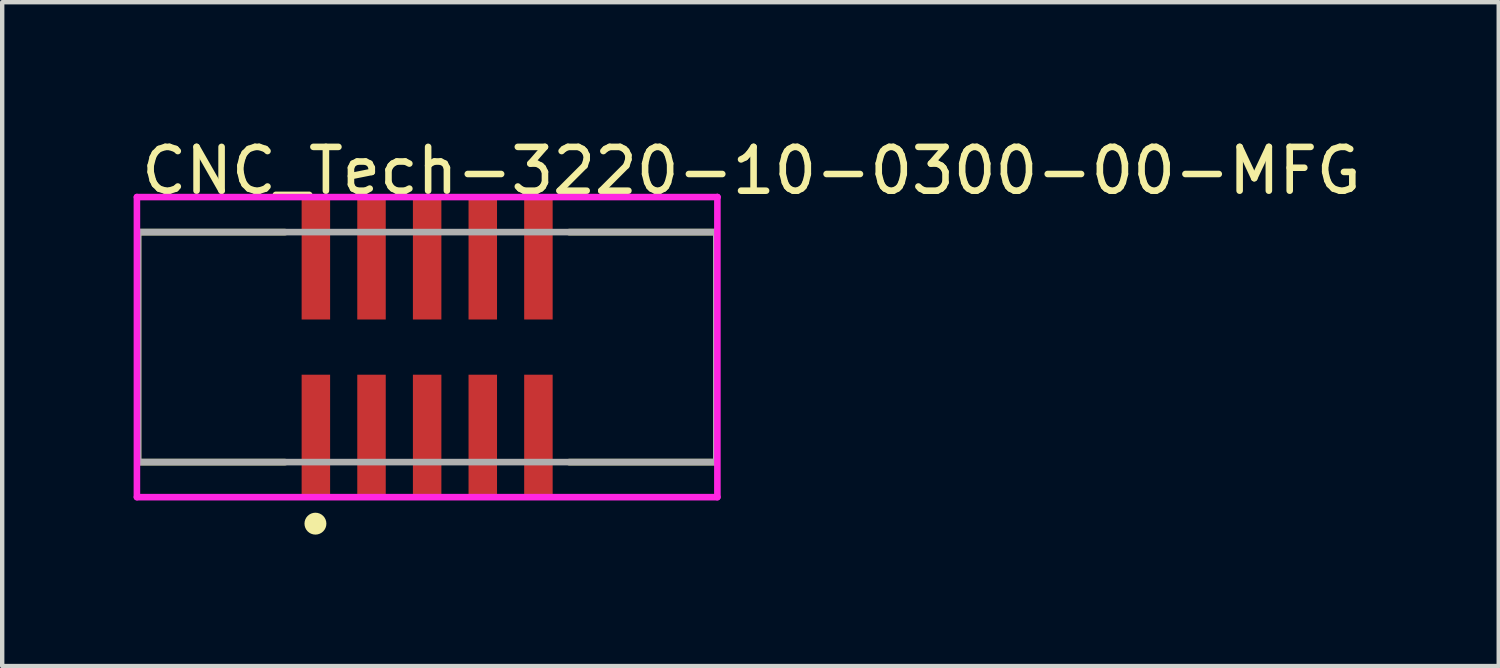
<source format=kicad_pcb>
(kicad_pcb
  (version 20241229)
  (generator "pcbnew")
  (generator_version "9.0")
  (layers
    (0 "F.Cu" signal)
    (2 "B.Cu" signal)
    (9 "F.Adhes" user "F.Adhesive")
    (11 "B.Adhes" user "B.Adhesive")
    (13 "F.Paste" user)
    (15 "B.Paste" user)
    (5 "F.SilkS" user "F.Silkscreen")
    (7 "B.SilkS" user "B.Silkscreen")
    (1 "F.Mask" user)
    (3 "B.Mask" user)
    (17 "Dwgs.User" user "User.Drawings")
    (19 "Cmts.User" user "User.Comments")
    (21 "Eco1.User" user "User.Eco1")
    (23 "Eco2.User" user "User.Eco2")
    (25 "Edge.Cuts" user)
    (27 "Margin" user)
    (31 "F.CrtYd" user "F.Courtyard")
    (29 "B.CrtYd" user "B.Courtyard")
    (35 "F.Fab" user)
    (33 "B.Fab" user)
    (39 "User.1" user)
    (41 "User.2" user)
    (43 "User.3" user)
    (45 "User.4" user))
  (footprint "CNC_Tech-3220-10-0300-00-MFG"
    (layer "F.Cu")
    (at 6.7 4.873)
    (property "Reference" "CNC_Tech-3220-10-0300-00-MFG" (at -6.6 -4.025 0) (layer "F.SilkS") (effects (font (size 1 1) (thickness 0.15)) (justify left)))
    (attr through_hole)
    (fp_line (start -6.6 -2.625) (end -3.24 -2.625) (stroke (width 0.15) (type solid)) (layer "F.SilkS"))
    (fp_line (start -6.6 2.625) (end -6.6 -2.625) (stroke (width 0.15) (type solid)) (layer "F.SilkS"))
    (fp_line (start -6.6 2.625) (end -3.24 2.625) (stroke (width 0.15) (type solid)) (layer "F.SilkS"))
    (fp_line (start 3.24 -2.625) (end 6.6 -2.625) (stroke (width 0.15) (type solid)) (layer "F.SilkS"))
    (fp_line (start 3.24 2.625) (end 6.6 2.625) (stroke (width 0.15) (type solid)) (layer "F.SilkS"))
    (fp_line (start 6.6 2.625) (end 6.6 -2.625) (stroke (width 0.15) (type solid)) (layer "F.SilkS"))
    (fp_circle (center -2.55 4.03) (end -2.425 4.03) (stroke (width 0.25) (type solid)) (fill no) (layer "F.SilkS"))
    (fp_line (start -6.625 -3.425) (end -6.625 3.425) (stroke (width 0.15) (type solid)) (layer "F.CrtYd"))
    (fp_line (start -6.625 3.425) (end 6.625 3.425) (stroke (width 0.15) (type solid)) (layer "F.CrtYd"))
    (fp_line (start 6.625 -3.425) (end -6.625 -3.425) (stroke (width 0.15) (type solid)) (layer "F.CrtYd"))
    (fp_line (start 6.625 -3.425) (end 6.625 -3.425) (stroke (width 0.15) (type solid)) (layer "F.CrtYd"))
    (fp_line (start 6.625 3.425) (end 6.625 -3.425) (stroke (width 0.15) (type solid)) (layer "F.CrtYd"))
    (fp_line (start -6.6 -2.625) (end 6.6 -2.625) (stroke (width 0.15) (type solid)) (layer "F.Fab"))
    (fp_line (start -6.6 2.625) (end -6.6 -2.625) (stroke (width 0.15) (type solid)) (layer "F.Fab"))
    (fp_line (start 6.6 -2.625) (end 6.6 2.625) (stroke (width 0.15) (type solid)) (layer "F.Fab"))
    (fp_line (start 6.6 2.625) (end -6.6 2.625) (stroke (width 0.15) (type solid)) (layer "F.Fab"))
    (pad "1" smd rect (at -2.54 2.015) (size 0.65 2.77) (layers "F.Cu" "F.Mask" "F.Paste"))
    (pad "2" smd rect (at -2.54 -2.015) (size 0.65 2.77) (layers "F.Cu" "F.Mask" "F.Paste"))
    (pad "3" smd rect (at -1.27 2.015) (size 0.65 2.77) (layers "F.Cu" "F.Mask" "F.Paste"))
    (pad "4" smd rect (at -1.27 -2.015) (size 0.65 2.77) (layers "F.Cu" "F.Mask" "F.Paste"))
    (pad "5" smd rect (at 0 2.015) (size 0.65 2.77) (layers "F.Cu" "F.Mask" "F.Paste"))
    (pad "6" smd rect (at 0 -2.015) (size 0.65 2.77) (layers "F.Cu" "F.Mask" "F.Paste"))
    (pad "7" smd rect (at 1.27 2.015) (size 0.65 2.77) (layers "F.Cu" "F.Mask" "F.Paste"))
    (pad "8" smd rect (at 1.27 -2.015) (size 0.65 2.77) (layers "F.Cu" "F.Mask" "F.Paste"))
    (pad "9" smd rect (at 2.54 2.015) (size 0.65 2.77) (layers "F.Cu" "F.Mask" "F.Paste"))
    (pad "10" smd rect (at 2.54 -2.015) (size 0.65 2.77) (layers "F.Cu" "F.Mask" "F.Paste")))
  (gr_rect
    (start -3 -3)
    (end 31.16 12.153)
    (stroke (width 0.1) (type default))
    (fill no)
    (layer "Edge.Cuts")))
</source>
